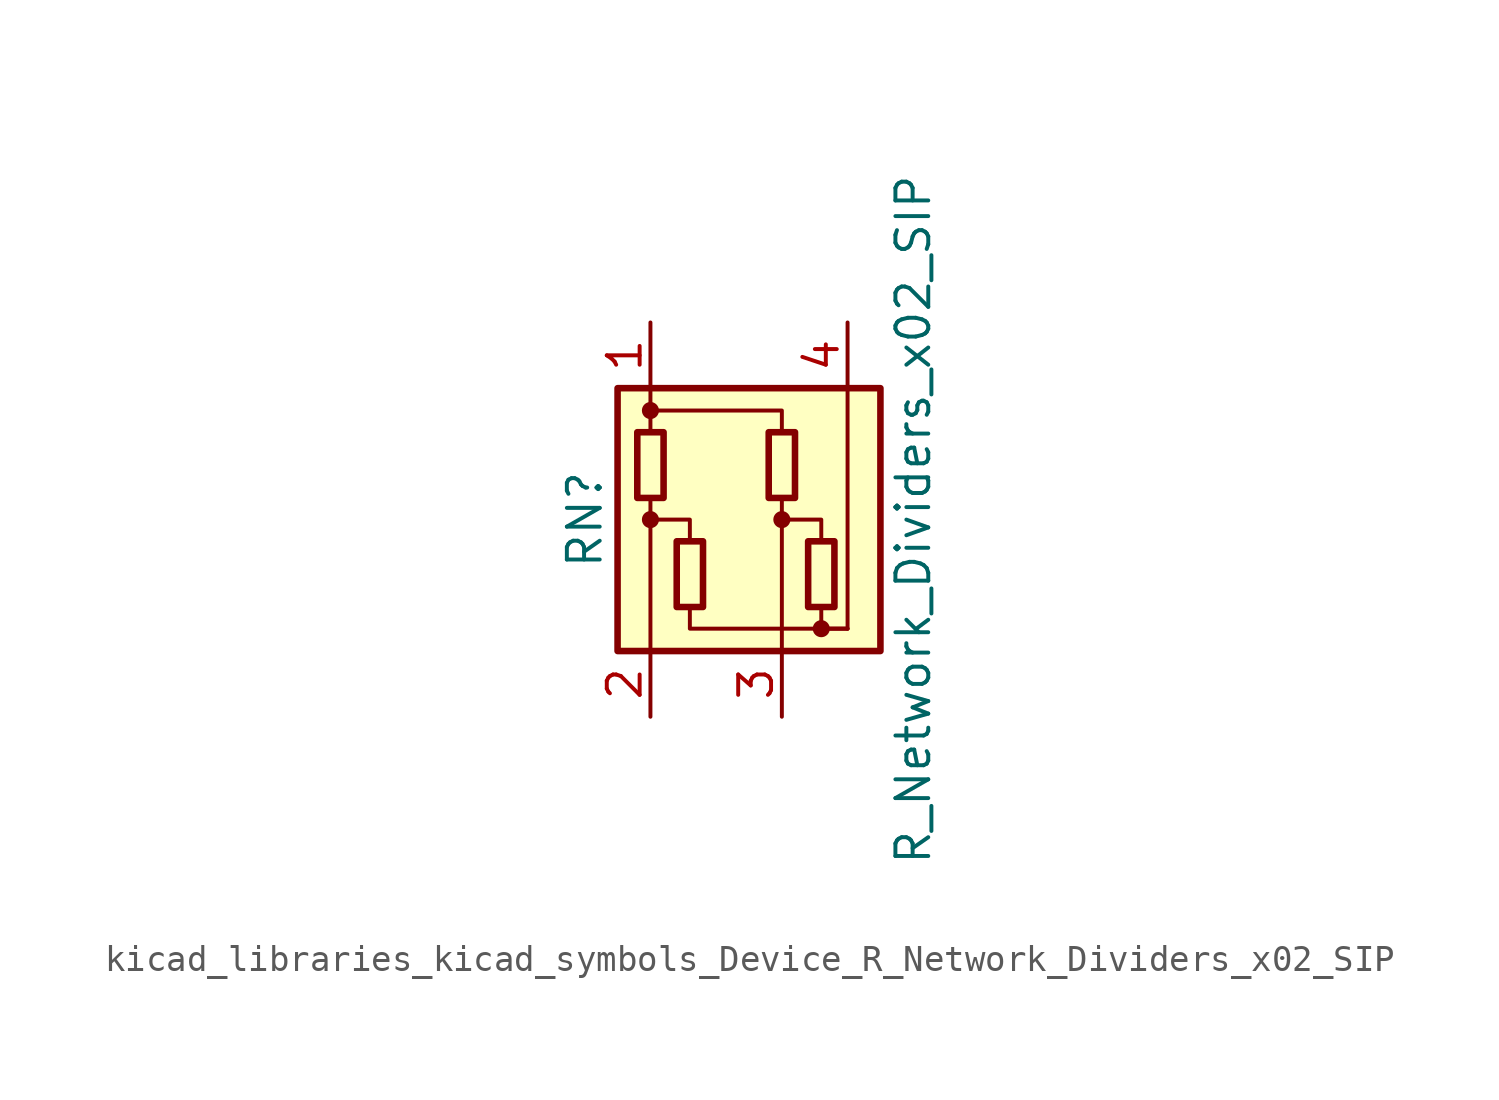
<source format=kicad_sym>
(kicad_symbol_lib
  (version 20220914)
  (generator kicad_symbol_editor)
  (symbol "kicad_libraries_kicad_symbols_Device_R_Network_Dividers_x02_SIP"
    (pin_names
      (offset 0) hide)
    (property "Reference" "RN"
      (at -7.62 0 90)
      (effects (font (size 1.27 1.27))))
    (property "Value" "R_Network_Dividers_x02_SIP"
      (at 5.08 0 90)
      (effects (font (size 1.27 1.27))))
    (symbol "kicad_libraries_kicad_symbols_Device_R_Network_Dividers_x02_SIP_0_1"
      (rectangle (start -6.35 -5.08) (end 3.81 5.08) (stroke (width 0.254) (type default)) (fill (type background)))
      (rectangle (start -5.588 3.378) (end -4.572 0.838) (stroke (width 0.254) (type default)) (fill (type none)))
      (circle (center -5.08 0) (radius 0.254) (stroke (width 0) (type default)) (fill (type outline)))
      (circle (center -5.08 4.216) (radius 0.254) (stroke (width 0) (type default)) (fill (type outline)))
      (rectangle (start -4.064 -3.378) (end -3.048 -0.838) (stroke (width 0.254) (type default)) (fill (type none)))
      (rectangle (start -0.508 3.378) (end 0.508 0.838) (stroke (width 0.254) (type default)) (fill (type none)))
      (polyline (pts (xy -5.08 -5.08) (xy -5.08 0.838)) (stroke (width 0) (type default)) (fill (type none)))
      (polyline (pts (xy -5.08 5.08) (xy -5.08 3.378)) (stroke (width 0) (type default)) (fill (type none)))
      (polyline (pts (xy 0 -5.08) (xy 0 0.838)) (stroke (width 0) (type default)) (fill (type none)))
      (polyline (pts (xy 2.54 -4.216) (xy 2.54 5.08)) (stroke (width 0) (type default)) (fill (type none)))
      (polyline (pts (xy -5.08 0) (xy -3.556 0) (xy -3.556 -0.838)) (stroke (width 0) (type default)) (fill (type none)))
      (polyline (pts (xy -5.08 4.216) (xy 0 4.216) (xy 0 3.378)) (stroke (width 0) (type default)) (fill (type none)))
      (polyline (pts (xy -3.556 -3.378) (xy -3.556 -4.216) (xy 2.54 -4.216)) (stroke (width 0) (type default)) (fill (type none)))
      (polyline (pts (xy 0 0) (xy 1.524 0) (xy 1.524 -0.838)) (stroke (width 0) (type default)) (fill (type none)))
      (polyline (pts (xy 1.524 -3.378) (xy 1.524 -4.216) (xy 2.54 -4.216)) (stroke (width 0) (type default)) (fill (type none)))
      (circle (center 0 0) (radius 0.254) (stroke (width 0) (type default)) (fill (type outline)))
      (rectangle (start 1.016 -3.378) (end 2.032 -0.838) (stroke (width 0.254) (type default)) (fill (type none)))
      (circle (center 1.524 -4.216) (radius 0.254) (stroke (width 0) (type default)) (fill (type outline))))
    (symbol "kicad_libraries_kicad_symbols_Device_R_Network_Dividers_x02_SIP_1_1"
      (pin passive line (at -5.08 7.62 270) (length 2.54) (name "COM1" (effects (font (size 1.27 1.27)))) (number "1" (effects (font (size 1.27 1.27)))))
      (pin passive line (at -5.08 -7.62 90) (length 2.54) (name "R1" (effects (font (size 1.27 1.27)))) (number "2" (effects (font (size 1.27 1.27)))))
      (pin passive line (at 0 -7.62 90) (length 2.54) (name "R2" (effects (font (size 1.27 1.27)))) (number "3" (effects (font (size 1.27 1.27)))))
      (pin passive line (at 2.54 7.62 270) (length 2.54) (name "COM2" (effects (font (size 1.27 1.27)))) (number "4" (effects (font (size 1.27 1.27))))))))
</source>
